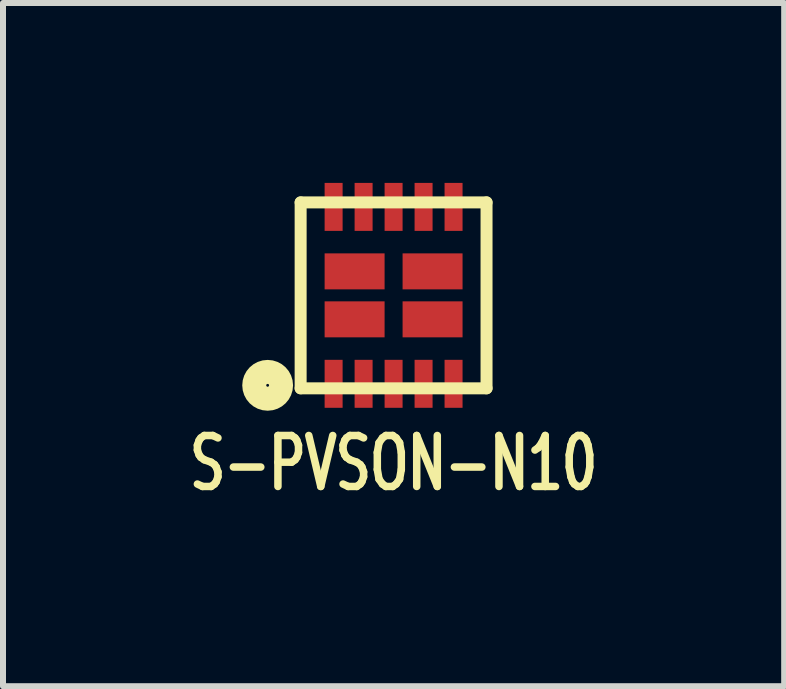
<source format=kicad_pcb>
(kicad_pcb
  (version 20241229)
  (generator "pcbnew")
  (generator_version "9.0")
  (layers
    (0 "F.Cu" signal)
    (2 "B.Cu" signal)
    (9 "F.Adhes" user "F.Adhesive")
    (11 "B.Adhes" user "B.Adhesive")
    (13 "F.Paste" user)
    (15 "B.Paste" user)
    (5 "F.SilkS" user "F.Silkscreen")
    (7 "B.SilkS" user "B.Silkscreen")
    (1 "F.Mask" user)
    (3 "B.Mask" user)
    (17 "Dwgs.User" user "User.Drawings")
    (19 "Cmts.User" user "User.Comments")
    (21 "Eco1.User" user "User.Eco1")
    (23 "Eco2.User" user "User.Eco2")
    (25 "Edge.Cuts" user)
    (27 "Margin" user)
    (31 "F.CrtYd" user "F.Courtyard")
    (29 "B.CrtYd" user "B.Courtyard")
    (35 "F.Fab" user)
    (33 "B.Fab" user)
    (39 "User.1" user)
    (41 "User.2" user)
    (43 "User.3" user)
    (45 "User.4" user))
  (footprint "S-PVSON-N10"
    (layer "F.Cu")
    (at 3.513 1.875)
    (property "Reference" "S-PVSON-N10" (at 0 2.8 0) (layer "F.SilkS") (effects (font (size 0.85 0.6) (thickness 0.125))))
    (attr through_hole)
    (fp_line (start -1.55 -1.55) (end -1.55 1.55) (stroke (width 0.2) (type solid)) (layer "F.SilkS"))
    (fp_line (start -1.55 1.55) (end 1.55 1.55) (stroke (width 0.2) (type solid)) (layer "F.SilkS"))
    (fp_line (start 1.55 -1.55) (end -1.55 -1.55) (stroke (width 0.2) (type solid)) (layer "F.SilkS"))
    (fp_line (start 1.55 1.55) (end 1.55 -1.55) (stroke (width 0.2) (type solid)) (layer "F.SilkS"))
    (fp_circle (center -2.1 1.5) (end -1.9 1.6) (stroke (width 0.4) (type solid)) (fill no) (layer "F.SilkS"))
    (pad "1" smd rect (at -1 1.475) (size 0.3 0.8) (layers "F.Cu" "F.Mask" "F.Paste"))
    (pad "2" smd rect (at -0.5 1.475) (size 0.3 0.8) (layers "F.Cu" "F.Mask" "F.Paste"))
    (pad "3" smd rect (at 0 1.475) (size 0.3 0.8) (layers "F.Cu" "F.Mask" "F.Paste"))
    (pad "4" smd rect (at 0.5 1.475) (size 0.3 0.8) (layers "F.Cu" "F.Mask" "F.Paste"))
    (pad "5" smd rect (at 1 1.475) (size 0.3 0.8) (layers "F.Cu" "F.Mask" "F.Paste"))
    (pad "6" smd rect (at 1 -1.475) (size 0.3 0.8) (layers "F.Cu" "F.Mask" "F.Paste"))
    (pad "7" smd rect (at 0.5 -1.475) (size 0.3 0.8) (layers "F.Cu" "F.Mask" "F.Paste"))
    (pad "8" smd rect (at 0 -1.475) (size 0.3 0.8) (layers "F.Cu" "F.Mask" "F.Paste"))
    (pad "9" smd rect (at -0.5 -1.475) (size 0.3 0.8) (layers "F.Cu" "F.Mask" "F.Paste"))
    (pad "10" smd rect (at -1 -1.475) (size 0.3 0.8) (layers "F.Cu" "F.Mask" "F.Paste"))
    (pad "11" smd rect (at -0.65 -0.4) (size 1 0.6) (layers "F.Cu" "F.Mask" "F.Paste"))
    (pad "11" smd rect (at -0.65 0.4) (size 1 0.6) (layers "F.Cu" "F.Mask" "F.Paste"))
    (pad "11" smd rect (at 0.65 -0.4) (size 1 0.6) (layers "F.Cu" "F.Mask" "F.Paste"))
    (pad "11" smd rect (at 0.65 0.4) (size 1 0.6) (layers "F.Cu" "F.Mask" "F.Paste")))
  (gr_rect
    (start -3 -3)
    (end 10.026 8.392)
    (stroke (width 0.1) (type default))
    (fill no)
    (layer "Edge.Cuts")))
</source>
